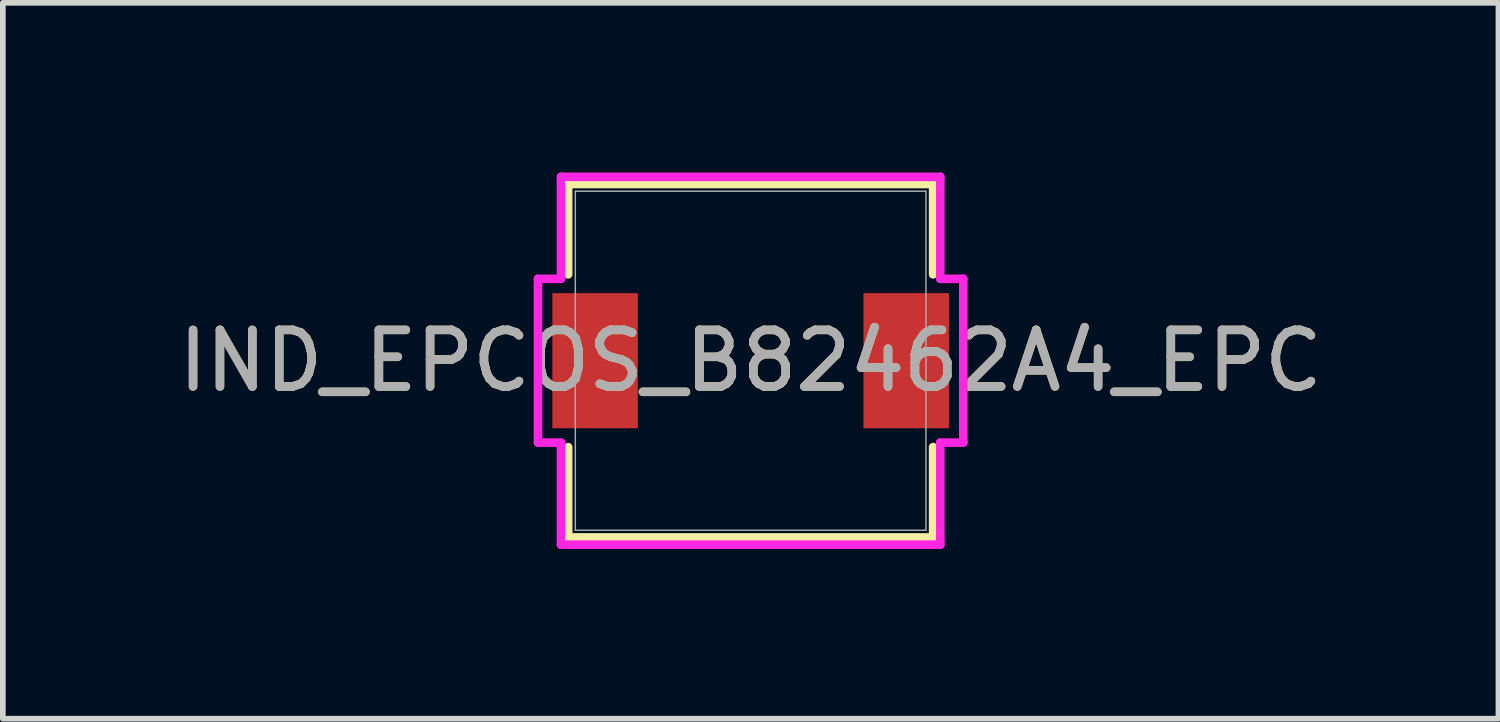
<source format=kicad_pcb>
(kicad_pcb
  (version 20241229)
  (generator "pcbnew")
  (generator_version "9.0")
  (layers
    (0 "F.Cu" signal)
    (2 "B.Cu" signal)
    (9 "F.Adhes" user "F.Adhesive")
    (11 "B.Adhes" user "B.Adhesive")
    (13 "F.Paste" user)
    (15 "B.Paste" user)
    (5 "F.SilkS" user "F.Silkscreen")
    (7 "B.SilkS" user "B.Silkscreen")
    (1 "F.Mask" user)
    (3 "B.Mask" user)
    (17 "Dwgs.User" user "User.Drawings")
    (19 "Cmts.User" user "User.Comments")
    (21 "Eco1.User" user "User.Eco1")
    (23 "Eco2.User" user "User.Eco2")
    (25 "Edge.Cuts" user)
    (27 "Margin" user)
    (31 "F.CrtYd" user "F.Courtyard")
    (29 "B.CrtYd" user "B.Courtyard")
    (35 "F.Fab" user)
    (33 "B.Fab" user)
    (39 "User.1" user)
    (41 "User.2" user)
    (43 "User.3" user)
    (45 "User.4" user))
  (footprint "IND_EPCOS_B82462A4_EPC"
    (layer "F.Cu")
    (at 10.22 3.327)
    (property "Reference" "IND_EPCOS_B82462A4_EPC" (at 0 0 0) (unlocked yes) (layer "F.SilkS") (effects (font (size 1 1) (thickness 0.15))))
    (attr smd)
    (fp_line (start -3.226 -3.124) (end -3.226 -1.527) (stroke (width 0.152) (type solid)) (layer "F.SilkS"))
    (fp_line (start -3.226 1.527) (end -3.226 3.124) (stroke (width 0.152) (type solid)) (layer "F.SilkS"))
    (fp_line (start -3.226 3.124) (end 3.226 3.124) (stroke (width 0.152) (type solid)) (layer "F.SilkS"))
    (fp_line (start 3.226 -3.124) (end -3.226 -3.124) (stroke (width 0.152) (type solid)) (layer "F.SilkS"))
    (fp_line (start 3.226 -1.527) (end 3.226 -3.124) (stroke (width 0.152) (type solid)) (layer "F.SilkS"))
    (fp_line (start 3.226 3.124) (end 3.226 1.527) (stroke (width 0.152) (type solid)) (layer "F.SilkS"))
    (fp_line (start -3.759 -1.448) (end -3.353 -1.448) (stroke (width 0.152) (type solid)) (layer "F.CrtYd"))
    (fp_line (start -3.759 1.448) (end -3.759 -1.448) (stroke (width 0.152) (type solid)) (layer "F.CrtYd"))
    (fp_line (start -3.353 -3.251) (end 3.353 -3.251) (stroke (width 0.152) (type solid)) (layer "F.CrtYd"))
    (fp_line (start -3.353 -1.448) (end -3.353 -3.251) (stroke (width 0.152) (type solid)) (layer "F.CrtYd"))
    (fp_line (start -3.353 1.448) (end -3.759 1.448) (stroke (width 0.152) (type solid)) (layer "F.CrtYd"))
    (fp_line (start -3.353 3.251) (end -3.353 1.448) (stroke (width 0.152) (type solid)) (layer "F.CrtYd"))
    (fp_line (start 3.353 -3.251) (end 3.353 -1.448) (stroke (width 0.152) (type solid)) (layer "F.CrtYd"))
    (fp_line (start 3.353 -1.448) (end 3.759 -1.448) (stroke (width 0.152) (type solid)) (layer "F.CrtYd"))
    (fp_line (start 3.353 1.448) (end 3.353 3.251) (stroke (width 0.152) (type solid)) (layer "F.CrtYd"))
    (fp_line (start 3.353 3.251) (end -3.353 3.251) (stroke (width 0.152) (type solid)) (layer "F.CrtYd"))
    (fp_line (start 3.759 -1.448) (end 3.759 1.448) (stroke (width 0.152) (type solid)) (layer "F.CrtYd"))
    (fp_line (start 3.759 1.448) (end 3.353 1.448) (stroke (width 0.152) (type solid)) (layer "F.CrtYd"))
    (fp_line (start -3.099 -2.997) (end -3.099 2.997) (stroke (width 0.025) (type solid)) (layer "F.Fab"))
    (fp_line (start -3.099 2.997) (end 3.099 2.997) (stroke (width 0.025) (type solid)) (layer "F.Fab"))
    (fp_line (start 3.099 -2.997) (end -3.099 -2.997) (stroke (width 0.025) (type solid)) (layer "F.Fab"))
    (fp_line (start 3.099 2.997) (end 3.099 -2.997) (stroke (width 0.025) (type solid)) (layer "F.Fab"))
    (fp_circle (center -3.023 0) (end -3.023 0) (stroke (width 0.025) (type solid)) (fill no) (layer "F.Fab"))
    (fp_text user "${REFERENCE}" (at 0 0 0) (unlocked yes) (layer "F.Fab") (effects (font (size 1 1) (thickness 0.15))))
    (pad "1" smd rect (at -2.75 0) (size 1.511 2.388) (layers "F.Cu" "F.Mask" "F.Paste"))
    (pad "2" smd rect (at 2.75 0) (size 1.511 2.388) (layers "F.Cu" "F.Mask" "F.Paste"))
    (zone (net_name "") (layer "F.Cu") (hatch full 0.508) (connect_pads) (min_thickness 0.254) (filled_areas_thickness no) (keepout (tracks not_allowed) (vias not_allowed) (pads allowed) (copperpour not_allowed) (footprints allowed)) (placement (enabled no)) (fill) (polygon (pts (xy 8.277 0.381) (xy 12.163 0.381) (xy 12.163 6.274) (xy 8.277 6.274)))))
  (gr_rect
    (start -3 -3)
    (end 23.44 9.655)
    (stroke (width 0.1) (type default))
    (fill no)
    (layer "Edge.Cuts")))
</source>
